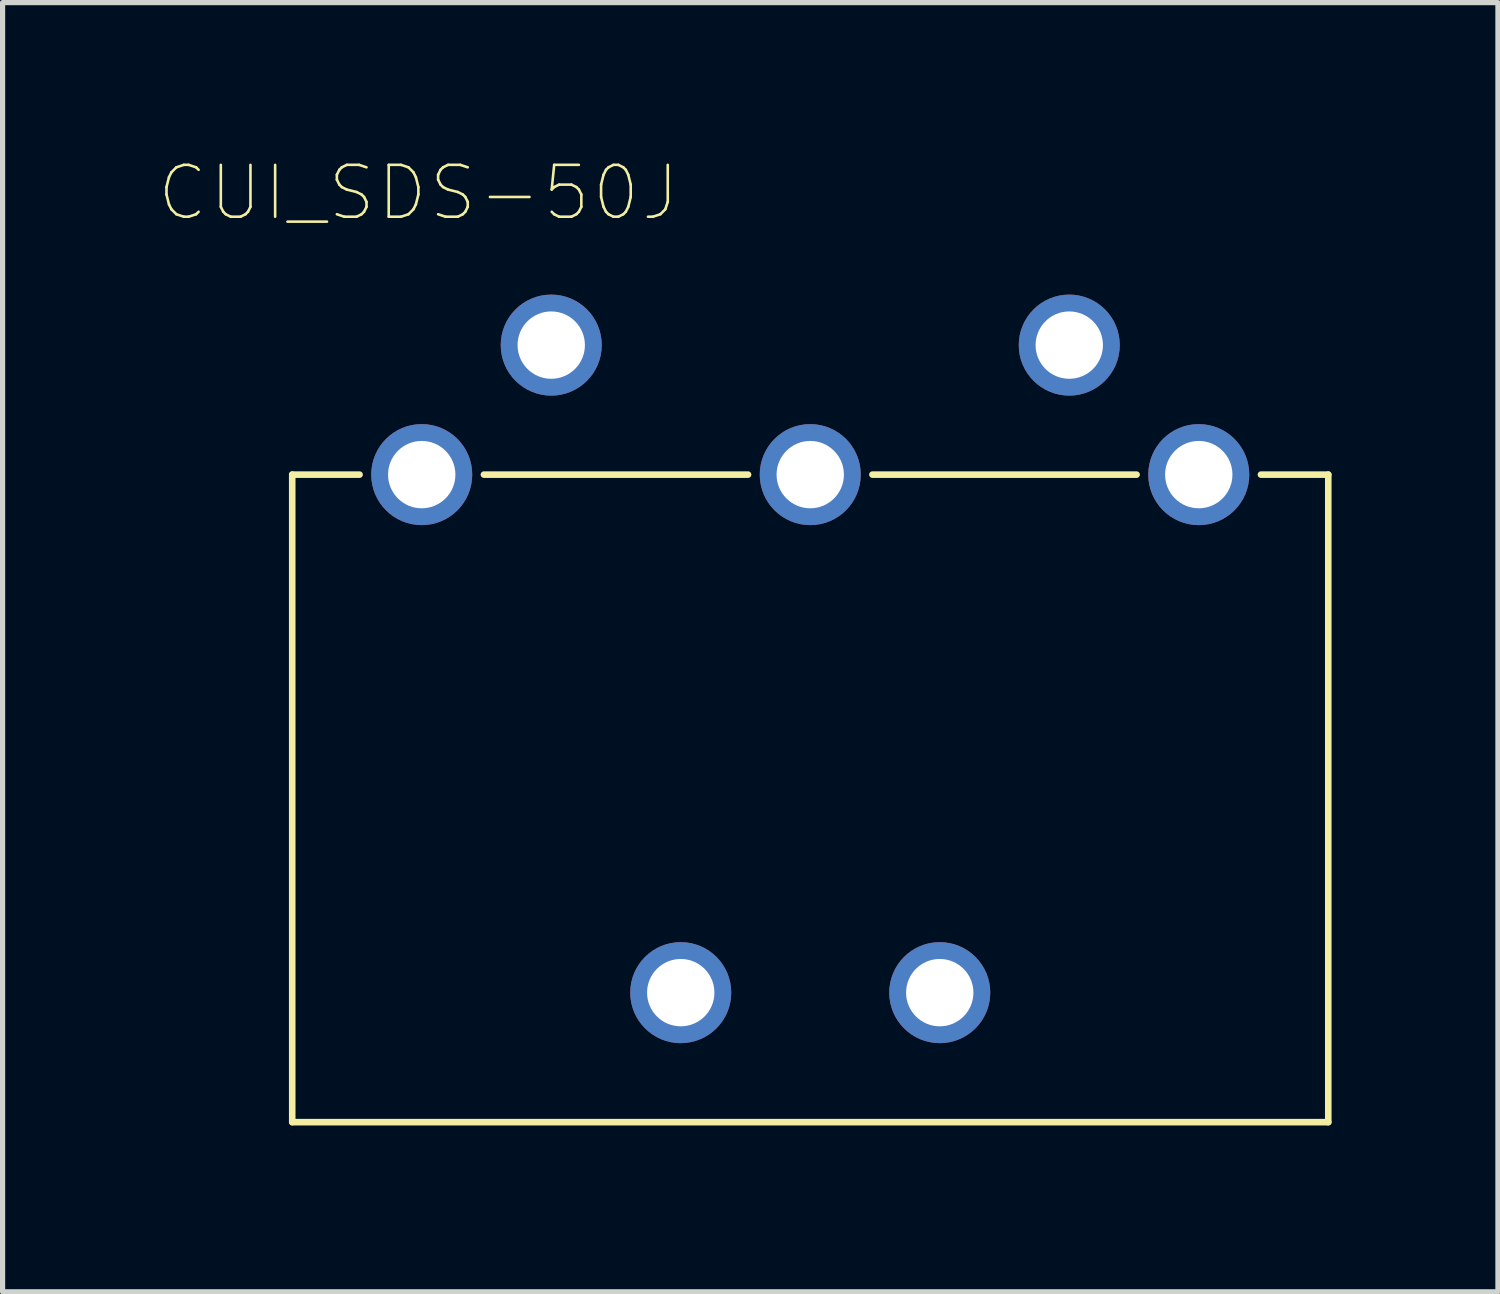
<source format=kicad_pcb>
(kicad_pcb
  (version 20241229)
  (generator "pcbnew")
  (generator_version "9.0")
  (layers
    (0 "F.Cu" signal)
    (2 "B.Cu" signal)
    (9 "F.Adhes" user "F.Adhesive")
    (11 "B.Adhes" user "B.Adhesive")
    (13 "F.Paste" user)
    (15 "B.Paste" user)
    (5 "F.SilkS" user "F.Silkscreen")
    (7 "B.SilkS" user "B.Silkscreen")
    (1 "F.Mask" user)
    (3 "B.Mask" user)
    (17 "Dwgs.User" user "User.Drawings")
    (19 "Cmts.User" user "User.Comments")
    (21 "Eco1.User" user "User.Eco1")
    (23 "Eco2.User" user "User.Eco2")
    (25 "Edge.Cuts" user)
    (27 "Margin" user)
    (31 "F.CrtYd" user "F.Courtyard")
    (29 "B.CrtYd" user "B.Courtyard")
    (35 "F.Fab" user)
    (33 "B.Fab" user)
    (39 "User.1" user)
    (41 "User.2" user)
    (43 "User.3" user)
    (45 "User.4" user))
  (footprint "CUI_SDS-50J"
    (layer "F.Cu")
    (at 12.591 6.112)
    (property "Reference" "CUI_SDS-50J" (at -7.565 -5.439 0) (layer "F.SilkS") (effects (font (size 1.001 1.001) (thickness 0.05))))
    (attr through_hole)
    (fp_line (start -10 0) (end -10 12.5) (stroke (width 0.127) (type solid)) (layer "F.SilkS"))
    (fp_line (start -10 0) (end -8.7 0) (stroke (width 0.127) (type solid)) (layer "F.SilkS"))
    (fp_line (start -10 12.5) (end 10 12.5) (stroke (width 0.127) (type solid)) (layer "F.SilkS"))
    (fp_line (start -6.3 0) (end -1.2 0) (stroke (width 0.127) (type solid)) (layer "F.SilkS"))
    (fp_line (start 1.2 0) (end 6.3 0) (stroke (width 0.127) (type solid)) (layer "F.SilkS"))
    (fp_line (start 10 0) (end 8.7 0) (stroke (width 0.127) (type solid)) (layer "F.SilkS"))
    (fp_line (start 10 12.5) (end 10 0) (stroke (width 0.127) (type solid)) (layer "F.SilkS"))
    (fp_line (start -10.25 -3.75) (end 10.25 -3.75) (stroke (width 0.05) (type solid)) (layer "Eco1.User"))
    (fp_line (start -10.25 12.75) (end -10.25 -3.75) (stroke (width 0.05) (type solid)) (layer "Eco1.User"))
    (fp_line (start 10.25 -3.75) (end 10.25 12.75) (stroke (width 0.05) (type solid)) (layer "Eco1.User"))
    (fp_line (start 10.25 12.75) (end -10.25 12.75) (stroke (width 0.05) (type solid)) (layer "Eco1.User"))
    (fp_line (start -10 0) (end -10 12.5) (stroke (width 0.127) (type solid)) (layer "Eco2.User"))
    (fp_line (start -10 12.5) (end 10 12.5) (stroke (width 0.127) (type solid)) (layer "Eco2.User"))
    (fp_line (start 10 0) (end -10 0) (stroke (width 0.127) (type solid)) (layer "Eco2.User"))
    (fp_line (start 10 12.5) (end 10 0) (stroke (width 0.127) (type solid)) (layer "Eco2.User"))
    (pad "1" thru_hole circle (at 7.5 0) (size 1.95 1.95) (drill 1.3) (layers "*.Cu" "*.Mask"))
    (pad "2" thru_hole circle (at 0 0) (size 1.95 1.95) (drill 1.3) (layers "*.Cu" "*.Mask"))
    (pad "3" thru_hole circle (at -7.5 0) (size 1.95 1.95) (drill 1.3) (layers "*.Cu" "*.Mask"))
    (pad "4" thru_hole circle (at 5 -2.5) (size 1.95 1.95) (drill 1.3) (layers "*.Cu" "*.Mask"))
    (pad "5" thru_hole circle (at -5 -2.5) (size 1.95 1.95) (drill 1.3) (layers "*.Cu" "*.Mask"))
    (pad "S1" thru_hole circle (at -2.5 10) (size 1.95 1.95) (drill 1.3) (layers "*.Cu" "*.Mask"))
    (pad "S2" thru_hole circle (at 2.5 10) (size 1.95 1.95) (drill 1.3) (layers "*.Cu" "*.Mask")))
  (gr_rect
    (start -3 -3)
    (end 25.866 21.887)
    (stroke (width 0.1) (type default))
    (fill no)
    (layer "Edge.Cuts")))
</source>
